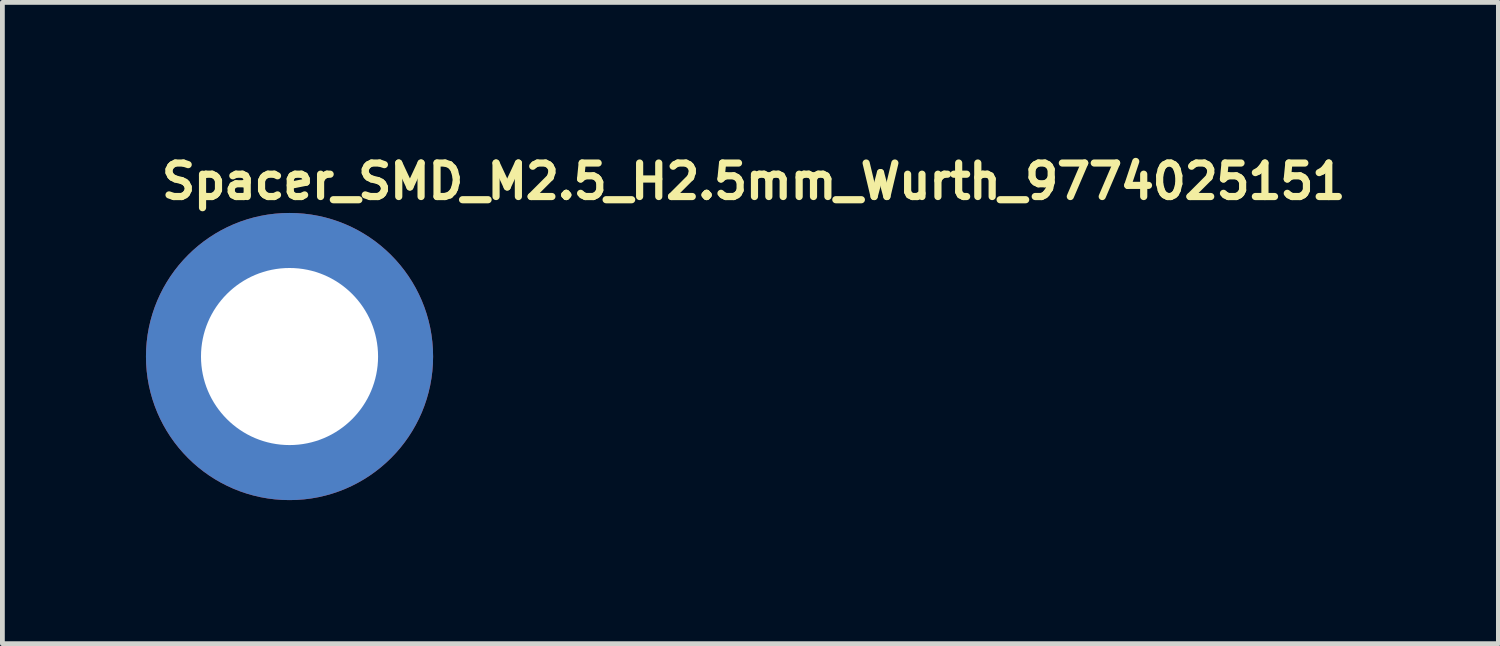
<source format=kicad_pcb>
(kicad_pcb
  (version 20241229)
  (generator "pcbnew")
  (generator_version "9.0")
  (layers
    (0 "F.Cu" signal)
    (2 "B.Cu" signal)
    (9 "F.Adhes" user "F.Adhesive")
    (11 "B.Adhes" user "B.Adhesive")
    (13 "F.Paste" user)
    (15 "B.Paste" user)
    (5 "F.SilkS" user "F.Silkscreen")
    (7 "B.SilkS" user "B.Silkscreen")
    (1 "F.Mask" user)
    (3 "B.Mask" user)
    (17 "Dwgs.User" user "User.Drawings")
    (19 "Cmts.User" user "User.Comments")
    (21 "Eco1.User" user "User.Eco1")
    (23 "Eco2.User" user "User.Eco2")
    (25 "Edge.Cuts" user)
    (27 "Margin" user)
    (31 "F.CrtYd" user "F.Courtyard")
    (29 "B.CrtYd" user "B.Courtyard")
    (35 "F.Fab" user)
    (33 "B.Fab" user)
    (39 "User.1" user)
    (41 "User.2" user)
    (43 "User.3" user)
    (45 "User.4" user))
  (footprint "Spacer_SMD_M2.5_H2.5mm_Wurth_9774025151"
    (layer "F.Cu")
    (at 3 4.4)
    (property "Reference" "Spacer_SMD_M2.5_H2.5mm_Wurth_9774025151" (at -2.75 -3.25 0) (layer "F.SilkS") (effects (font (size 0.7 0.7) (thickness 0.15)) (justify left bottom)))
    (attr smd)
    (fp_circle (center 0 0) (end 0.848 0) (stroke (width 2) (type solid)) (fill no) (layer "B.Mask"))
    (fp_circle (center 0.025 0) (end 2.489 0.051) (stroke (width 0.8) (type solid)) (fill no) (layer "F.Paste"))
    (fp_circle (center 0 0) (end 2.6 0) (stroke (width 0.12) (type solid)) (fill no) (layer "User.5"))
    (fp_line (start -2.551 0) (end -2.551 0) (stroke (width 0.02) (type solid)) (layer "User.9"))
    (fp_line (start -2.551 0) (end -2.548 0.131) (stroke (width 0.02) (type solid)) (layer "User.9"))
    (fp_line (start -2.548 -0.133) (end -2.551 0) (stroke (width 0.02) (type solid)) (layer "User.9"))
    (fp_line (start -2.548 0.131) (end -2.537 0.26) (stroke (width 0.02) (type solid)) (layer "User.9"))
    (fp_line (start -2.537 -0.262) (end -2.548 -0.133) (stroke (width 0.02) (type solid)) (layer "User.9"))
    (fp_line (start -2.537 0.26) (end -2.521 0.388) (stroke (width 0.02) (type solid)) (layer "User.9"))
    (fp_line (start -2.521 -0.39) (end -2.537 -0.262) (stroke (width 0.02) (type solid)) (layer "User.9"))
    (fp_line (start -2.521 0.388) (end -2.5 0.513) (stroke (width 0.02) (type solid)) (layer "User.9"))
    (fp_line (start -2.5 -0.515) (end -2.521 -0.39) (stroke (width 0.02) (type solid)) (layer "User.9"))
    (fp_line (start -2.5 0.513) (end -2.471 0.636) (stroke (width 0.02) (type solid)) (layer "User.9"))
    (fp_line (start -2.471 -0.638) (end -2.5 -0.515) (stroke (width 0.02) (type solid)) (layer "User.9"))
    (fp_line (start -2.471 0.636) (end -2.436 0.757) (stroke (width 0.02) (type solid)) (layer "User.9"))
    (fp_line (start -2.436 -0.759) (end -2.471 -0.638) (stroke (width 0.02) (type solid)) (layer "User.9"))
    (fp_line (start -2.436 0.757) (end -2.396 0.875) (stroke (width 0.02) (type solid)) (layer "User.9"))
    (fp_line (start -2.396 -0.877) (end -2.436 -0.759) (stroke (width 0.02) (type solid)) (layer "User.9"))
    (fp_line (start -2.396 0.875) (end -2.351 0.991) (stroke (width 0.02) (type solid)) (layer "User.9"))
    (fp_line (start -2.351 -0.993) (end -2.396 -0.877) (stroke (width 0.02) (type solid)) (layer "User.9"))
    (fp_line (start -2.351 0.991) (end -2.299 1.104) (stroke (width 0.02) (type solid)) (layer "User.9"))
    (fp_line (start -2.299 -1.107) (end -2.351 -0.993) (stroke (width 0.02) (type solid)) (layer "User.9"))
    (fp_line (start -2.299 1.104) (end -2.243 1.215) (stroke (width 0.02) (type solid)) (layer "User.9"))
    (fp_line (start -2.243 -1.216) (end -2.299 -1.107) (stroke (width 0.02) (type solid)) (layer "User.9"))
    (fp_line (start -2.243 1.215) (end -2.182 1.322) (stroke (width 0.02) (type solid)) (layer "User.9"))
    (fp_line (start -2.182 -1.323) (end -2.243 -1.216) (stroke (width 0.02) (type solid)) (layer "User.9"))
    (fp_line (start -2.182 1.322) (end -2.116 1.425) (stroke (width 0.02) (type solid)) (layer "User.9"))
    (fp_line (start -2.116 -1.426) (end -2.182 -1.323) (stroke (width 0.02) (type solid)) (layer "User.9"))
    (fp_line (start -2.116 1.425) (end -2.044 1.525) (stroke (width 0.02) (type solid)) (layer "User.9"))
    (fp_line (start -2.044 -1.526) (end -2.116 -1.426) (stroke (width 0.02) (type solid)) (layer "User.9"))
    (fp_line (start -2.044 1.525) (end -1.968 1.622) (stroke (width 0.02) (type solid)) (layer "User.9"))
    (fp_line (start -1.968 -1.623) (end -2.044 -1.526) (stroke (width 0.02) (type solid)) (layer "User.9"))
    (fp_line (start -1.968 1.622) (end -1.889 1.713) (stroke (width 0.02) (type solid)) (layer "User.9"))
    (fp_line (start -1.889 -1.716) (end -1.968 -1.623) (stroke (width 0.02) (type solid)) (layer "User.9"))
    (fp_line (start -1.889 1.713) (end -1.805 1.802) (stroke (width 0.02) (type solid)) (layer "User.9"))
    (fp_line (start -1.805 -1.805) (end -1.889 -1.716) (stroke (width 0.02) (type solid)) (layer "User.9"))
    (fp_line (start -1.805 1.802) (end -1.716 1.886) (stroke (width 0.02) (type solid)) (layer "User.9"))
    (fp_line (start -1.716 -1.889) (end -1.805 -1.805) (stroke (width 0.02) (type solid)) (layer "User.9"))
    (fp_line (start -1.716 1.886) (end -1.623 1.967) (stroke (width 0.02) (type solid)) (layer "User.9"))
    (fp_line (start -1.623 -1.968) (end -1.716 -1.889) (stroke (width 0.02) (type solid)) (layer "User.9"))
    (fp_line (start -1.623 1.967) (end -1.526 2.043) (stroke (width 0.02) (type solid)) (layer "User.9"))
    (fp_line (start -1.526 -2.044) (end -1.623 -1.968) (stroke (width 0.02) (type solid)) (layer "User.9"))
    (fp_line (start -1.526 2.043) (end -1.426 2.113) (stroke (width 0.02) (type solid)) (layer "User.9"))
    (fp_line (start -1.426 -2.116) (end -1.526 -2.044) (stroke (width 0.02) (type solid)) (layer "User.9"))
    (fp_line (start -1.426 2.113) (end -1.323 2.18) (stroke (width 0.02) (type solid)) (layer "User.9"))
    (fp_line (start -1.323 -2.182) (end -1.426 -2.116) (stroke (width 0.02) (type solid)) (layer "User.9"))
    (fp_line (start -1.323 2.18) (end -1.216 2.241) (stroke (width 0.02) (type solid)) (layer "User.9"))
    (fp_line (start -1.216 -2.243) (end -1.323 -2.182) (stroke (width 0.02) (type solid)) (layer "User.9"))
    (fp_line (start -1.216 2.241) (end -1.107 2.297) (stroke (width 0.02) (type solid)) (layer "User.9"))
    (fp_line (start -1.107 -2.299) (end -1.216 -2.243) (stroke (width 0.02) (type solid)) (layer "User.9"))
    (fp_line (start -1.107 2.297) (end -0.993 2.349) (stroke (width 0.02) (type solid)) (layer "User.9"))
    (fp_line (start -1.008 0) (end -1.008 0) (stroke (width 0.02) (type solid)) (layer "User.9"))
    (fp_line (start -1.008 0) (end -1.006 0.051) (stroke (width 0.02) (type solid)) (layer "User.9"))
    (fp_line (start -1.006 -0.053) (end -1.008 0) (stroke (width 0.02) (type solid)) (layer "User.9"))
    (fp_line (start -1.006 0.051) (end -1.002 0.102) (stroke (width 0.02) (type solid)) (layer "User.9"))
    (fp_line (start -1.002 -0.104) (end -1.006 -0.053) (stroke (width 0.02) (type solid)) (layer "User.9"))
    (fp_line (start -1.002 0.102) (end -0.995 0.152) (stroke (width 0.02) (type solid)) (layer "User.9"))
    (fp_line (start -0.995 -0.154) (end -1.002 -0.104) (stroke (width 0.02) (type solid)) (layer "User.9"))
    (fp_line (start -0.995 0.152) (end -0.987 0.202) (stroke (width 0.02) (type solid)) (layer "User.9"))
    (fp_line (start -0.993 -2.351) (end -1.107 -2.299) (stroke (width 0.02) (type solid)) (layer "User.9"))
    (fp_line (start -0.993 2.349) (end -0.877 2.394) (stroke (width 0.02) (type solid)) (layer "User.9"))
    (fp_line (start -0.987 -0.204) (end -0.995 -0.154) (stroke (width 0.02) (type solid)) (layer "User.9"))
    (fp_line (start -0.987 0.202) (end -0.975 0.25) (stroke (width 0.02) (type solid)) (layer "User.9"))
    (fp_line (start -0.975 -0.252) (end -0.987 -0.204) (stroke (width 0.02) (type solid)) (layer "User.9"))
    (fp_line (start -0.975 0.25) (end -0.962 0.298) (stroke (width 0.02) (type solid)) (layer "User.9"))
    (fp_line (start -0.962 -0.3) (end -0.975 -0.252) (stroke (width 0.02) (type solid)) (layer "User.9"))
    (fp_line (start -0.962 0.298) (end -0.947 0.346) (stroke (width 0.02) (type solid)) (layer "User.9"))
    (fp_line (start -0.947 -0.348) (end -0.962 -0.3) (stroke (width 0.02) (type solid)) (layer "User.9"))
    (fp_line (start -0.947 0.346) (end -0.929 0.391) (stroke (width 0.02) (type solid)) (layer "User.9"))
    (fp_line (start -0.929 -0.393) (end -0.947 -0.348) (stroke (width 0.02) (type solid)) (layer "User.9"))
    (fp_line (start -0.929 0.391) (end -0.909 0.435) (stroke (width 0.02) (type solid)) (layer "User.9"))
    (fp_line (start -0.909 -0.437) (end -0.929 -0.393) (stroke (width 0.02) (type solid)) (layer "User.9"))
    (fp_line (start -0.909 0.435) (end -0.886 0.479) (stroke (width 0.02) (type solid)) (layer "User.9"))
    (fp_line (start -0.886 -0.48) (end -0.909 -0.437) (stroke (width 0.02) (type solid)) (layer "User.9"))
    (fp_line (start -0.886 0.479) (end -0.861 0.521) (stroke (width 0.02) (type solid)) (layer "User.9"))
    (fp_line (start -0.877 -2.396) (end -0.993 -2.351) (stroke (width 0.02) (type solid)) (layer "User.9"))
    (fp_line (start -0.877 2.394) (end -0.759 2.435) (stroke (width 0.02) (type solid)) (layer "User.9"))
    (fp_line (start -0.861 -0.523) (end -0.886 -0.48) (stroke (width 0.02) (type solid)) (layer "User.9"))
    (fp_line (start -0.861 0.521) (end -0.835 0.562) (stroke (width 0.02) (type solid)) (layer "User.9"))
    (fp_line (start -0.835 -0.564) (end -0.861 -0.523) (stroke (width 0.02) (type solid)) (layer "User.9"))
    (fp_line (start -0.835 0.562) (end -0.808 0.601) (stroke (width 0.02) (type solid)) (layer "User.9"))
    (fp_line (start -0.808 -0.603) (end -0.835 -0.564) (stroke (width 0.02) (type solid)) (layer "User.9"))
    (fp_line (start -0.808 0.601) (end -0.778 0.64) (stroke (width 0.02) (type solid)) (layer "User.9"))
    (fp_line (start -0.778 -0.642) (end -0.808 -0.603) (stroke (width 0.02) (type solid)) (layer "User.9"))
    (fp_line (start -0.778 0.64) (end -0.746 0.676) (stroke (width 0.02) (type solid)) (layer "User.9"))
    (fp_line (start -0.759 -2.436) (end -0.877 -2.396) (stroke (width 0.02) (type solid)) (layer "User.9"))
    (fp_line (start -0.759 2.435) (end -0.638 2.468) (stroke (width 0.02) (type solid)) (layer "User.9"))
    (fp_line (start -0.746 -0.678) (end -0.778 -0.642) (stroke (width 0.02) (type solid)) (layer "User.9"))
    (fp_line (start -0.746 0.676) (end -0.712 0.71) (stroke (width 0.02) (type solid)) (layer "User.9"))
    (fp_line (start -0.712 -0.712) (end -0.746 -0.678) (stroke (width 0.02) (type solid)) (layer "User.9"))
    (fp_line (start -0.712 0.71) (end -0.678 0.744) (stroke (width 0.02) (type solid)) (layer "User.9"))
    (fp_line (start -0.678 -0.746) (end -0.712 -0.712) (stroke (width 0.02) (type solid)) (layer "User.9"))
    (fp_line (start -0.678 0.744) (end -0.642 0.776) (stroke (width 0.02) (type solid)) (layer "User.9"))
    (fp_line (start -0.642 -0.778) (end -0.678 -0.746) (stroke (width 0.02) (type solid)) (layer "User.9"))
    (fp_line (start -0.642 0.776) (end -0.603 0.806) (stroke (width 0.02) (type solid)) (layer "User.9"))
    (fp_line (start -0.638 -2.471) (end -0.759 -2.436) (stroke (width 0.02) (type solid)) (layer "User.9"))
    (fp_line (start -0.638 2.468) (end -0.515 2.498) (stroke (width 0.02) (type solid)) (layer "User.9"))
    (fp_line (start -0.603 -0.808) (end -0.642 -0.778) (stroke (width 0.02) (type solid)) (layer "User.9"))
    (fp_line (start -0.603 0.806) (end -0.564 0.833) (stroke (width 0.02) (type solid)) (layer "User.9"))
    (fp_line (start -0.564 -0.835) (end -0.603 -0.808) (stroke (width 0.02) (type solid)) (layer "User.9"))
    (fp_line (start -0.564 0.833) (end -0.523 0.859) (stroke (width 0.02) (type solid)) (layer "User.9"))
    (fp_line (start -0.523 -0.861) (end -0.564 -0.835) (stroke (width 0.02) (type solid)) (layer "User.9"))
    (fp_line (start -0.523 0.859) (end -0.48 0.884) (stroke (width 0.02) (type solid)) (layer "User.9"))
    (fp_line (start -0.515 -2.5) (end -0.638 -2.471) (stroke (width 0.02) (type solid)) (layer "User.9"))
    (fp_line (start -0.515 2.498) (end -0.39 2.519) (stroke (width 0.02) (type solid)) (layer "User.9"))
    (fp_line (start -0.48 -0.886) (end -0.523 -0.861) (stroke (width 0.02) (type solid)) (layer "User.9"))
    (fp_line (start -0.48 0.884) (end -0.437 0.907) (stroke (width 0.02) (type solid)) (layer "User.9"))
    (fp_line (start -0.437 -0.909) (end -0.48 -0.886) (stroke (width 0.02) (type solid)) (layer "User.9"))
    (fp_line (start -0.437 0.907) (end -0.393 0.927) (stroke (width 0.02) (type solid)) (layer "User.9"))
    (fp_line (start -0.393 -0.929) (end -0.437 -0.909) (stroke (width 0.02) (type solid)) (layer "User.9"))
    (fp_line (start -0.393 0.927) (end -0.348 0.945) (stroke (width 0.02) (type solid)) (layer "User.9"))
    (fp_line (start -0.39 -2.521) (end -0.515 -2.5) (stroke (width 0.02) (type solid)) (layer "User.9"))
    (fp_line (start -0.39 2.519) (end -0.262 2.535) (stroke (width 0.02) (type solid)) (layer "User.9"))
    (fp_line (start -0.348 -0.947) (end -0.393 -0.929) (stroke (width 0.02) (type solid)) (layer "User.9"))
    (fp_line (start -0.348 0.945) (end -0.3 0.96) (stroke (width 0.02) (type solid)) (layer "User.9"))
    (fp_line (start -0.3 -0.962) (end -0.348 -0.947) (stroke (width 0.02) (type solid)) (layer "User.9"))
    (fp_line (start -0.3 0.96) (end -0.252 0.973) (stroke (width 0.02) (type solid)) (layer "User.9"))
    (fp_line (start -0.262 -2.537) (end -0.39 -2.521) (stroke (width 0.02) (type solid)) (layer "User.9"))
    (fp_line (start -0.262 2.535) (end -0.133 2.546) (stroke (width 0.02) (type solid)) (layer "User.9"))
    (fp_line (start -0.252 -0.975) (end -0.3 -0.962) (stroke (width 0.02) (type solid)) (layer "User.9"))
    (fp_line (start -0.252 0.973) (end -0.204 0.985) (stroke (width 0.02) (type solid)) (layer "User.9"))
    (fp_line (start -0.204 -0.987) (end -0.252 -0.975) (stroke (width 0.02) (type solid)) (layer "User.9"))
    (fp_line (start -0.204 0.985) (end -0.154 0.993) (stroke (width 0.02) (type solid)) (layer "User.9"))
    (fp_line (start -0.154 -0.995) (end -0.204 -0.987) (stroke (width 0.02) (type solid)) (layer "User.9"))
    (fp_line (start -0.154 0.993) (end -0.104 1.001) (stroke (width 0.02) (type solid)) (layer "User.9"))
    (fp_line (start -0.133 -2.548) (end -0.262 -2.537) (stroke (width 0.02) (type solid)) (layer "User.9"))
    (fp_line (start -0.133 2.546) (end 0 2.548) (stroke (width 0.02) (type solid)) (layer "User.9"))
    (fp_line (start -0.104 -1.002) (end -0.154 -0.995) (stroke (width 0.02) (type solid)) (layer "User.9"))
    (fp_line (start -0.104 1.001) (end -0.053 1.005) (stroke (width 0.02) (type solid)) (layer "User.9"))
    (fp_line (start -0.053 -1.006) (end -0.104 -1.002) (stroke (width 0.02) (type solid)) (layer "User.9"))
    (fp_line (start -0.053 1.005) (end 0 1.005) (stroke (width 0.02) (type solid)) (layer "User.9"))
    (fp_line (start 0 -2.551) (end -0.133 -2.548) (stroke (width 0.02) (type solid)) (layer "User.9"))
    (fp_line (start 0 -2.551) (end 0 -2.551) (stroke (width 0.02) (type solid)) (layer "User.9"))
    (fp_line (start 0 -1.008) (end -0.053 -1.006) (stroke (width 0.02) (type solid)) (layer "User.9"))
    (fp_line (start 0 -1.008) (end 0 -1.008) (stroke (width 0.02) (type solid)) (layer "User.9"))
    (fp_line (start 0 1.005) (end 0 1.005) (stroke (width 0.02) (type solid)) (layer "User.9"))
    (fp_line (start 0 1.005) (end 0.051 1.005) (stroke (width 0.02) (type solid)) (layer "User.9"))
    (fp_line (start 0 2.548) (end 0 2.548) (stroke (width 0.02) (type solid)) (layer "User.9"))
    (fp_line (start 0 2.548) (end 0.131 2.546) (stroke (width 0.02) (type solid)) (layer "User.9"))
    (fp_line (start 0.051 -1.006) (end 0 -1.008) (stroke (width 0.02) (type solid)) (layer "User.9"))
    (fp_line (start 0.051 1.005) (end 0.102 1.001) (stroke (width 0.02) (type solid)) (layer "User.9"))
    (fp_line (start 0.102 -1.002) (end 0.051 -1.006) (stroke (width 0.02) (type solid)) (layer "User.9"))
    (fp_line (start 0.102 1.001) (end 0.152 0.993) (stroke (width 0.02) (type solid)) (layer "User.9"))
    (fp_line (start 0.131 -2.548) (end 0 -2.551) (stroke (width 0.02) (type solid)) (layer "User.9"))
    (fp_line (start 0.131 2.546) (end 0.26 2.535) (stroke (width 0.02) (type solid)) (layer "User.9"))
    (fp_line (start 0.152 -0.995) (end 0.102 -1.002) (stroke (width 0.02) (type solid)) (layer "User.9"))
    (fp_line (start 0.152 0.993) (end 0.202 0.985) (stroke (width 0.02) (type solid)) (layer "User.9"))
    (fp_line (start 0.202 -0.987) (end 0.152 -0.995) (stroke (width 0.02) (type solid)) (layer "User.9"))
    (fp_line (start 0.202 0.985) (end 0.25 0.973) (stroke (width 0.02) (type solid)) (layer "User.9"))
    (fp_line (start 0.25 -0.975) (end 0.202 -0.987) (stroke (width 0.02) (type solid)) (layer "User.9"))
    (fp_line (start 0.25 0.973) (end 0.298 0.96) (stroke (width 0.02) (type solid)) (layer "User.9"))
    (fp_line (start 0.26 -2.537) (end 0.131 -2.548) (stroke (width 0.02) (type solid)) (layer "User.9"))
    (fp_line (start 0.26 2.535) (end 0.388 2.519) (stroke (width 0.02) (type solid)) (layer "User.9"))
    (fp_line (start 0.298 -0.962) (end 0.25 -0.975) (stroke (width 0.02) (type solid)) (layer "User.9"))
    (fp_line (start 0.298 0.96) (end 0.346 0.945) (stroke (width 0.02) (type solid)) (layer "User.9"))
    (fp_line (start 0.346 -0.947) (end 0.298 -0.962) (stroke (width 0.02) (type solid)) (layer "User.9"))
    (fp_line (start 0.346 0.945) (end 0.391 0.927) (stroke (width 0.02) (type solid)) (layer "User.9"))
    (fp_line (start 0.388 -2.521) (end 0.26 -2.537) (stroke (width 0.02) (type solid)) (layer "User.9"))
    (fp_line (start 0.388 2.519) (end 0.513 2.498) (stroke (width 0.02) (type solid)) (layer "User.9"))
    (fp_line (start 0.391 -0.929) (end 0.346 -0.947) (stroke (width 0.02) (type solid)) (layer "User.9"))
    (fp_line (start 0.391 0.927) (end 0.435 0.907) (stroke (width 0.02) (type solid)) (layer "User.9"))
    (fp_line (start 0.435 -0.909) (end 0.391 -0.929) (stroke (width 0.02) (type solid)) (layer "User.9"))
    (fp_line (start 0.435 0.907) (end 0.479 0.884) (stroke (width 0.02) (type solid)) (layer "User.9"))
    (fp_line (start 0.479 -0.886) (end 0.435 -0.909) (stroke (width 0.02) (type solid)) (layer "User.9"))
    (fp_line (start 0.479 0.884) (end 0.521 0.859) (stroke (width 0.02) (type solid)) (layer "User.9"))
    (fp_line (start 0.513 -2.5) (end 0.388 -2.521) (stroke (width 0.02) (type solid)) (layer "User.9"))
    (fp_line (start 0.513 2.498) (end 0.636 2.468) (stroke (width 0.02) (type solid)) (layer "User.9"))
    (fp_line (start 0.521 -0.861) (end 0.479 -0.886) (stroke (width 0.02) (type solid)) (layer "User.9"))
    (fp_line (start 0.521 0.859) (end 0.562 0.833) (stroke (width 0.02) (type solid)) (layer "User.9"))
    (fp_line (start 0.562 -0.835) (end 0.521 -0.861) (stroke (width 0.02) (type solid)) (layer "User.9"))
    (fp_line (start 0.562 0.833) (end 0.601 0.806) (stroke (width 0.02) (type solid)) (layer "User.9"))
    (fp_line (start 0.601 -0.808) (end 0.562 -0.835) (stroke (width 0.02) (type solid)) (layer "User.9"))
    (fp_line (start 0.601 0.806) (end 0.64 0.776) (stroke (width 0.02) (type solid)) (layer "User.9"))
    (fp_line (start 0.636 -2.471) (end 0.513 -2.5) (stroke (width 0.02) (type solid)) (layer "User.9"))
    (fp_line (start 0.636 2.468) (end 0.757 2.435) (stroke (width 0.02) (type solid)) (layer "User.9"))
    (fp_line (start 0.64 -0.778) (end 0.601 -0.808) (stroke (width 0.02) (type solid)) (layer "User.9"))
    (fp_line (start 0.64 0.776) (end 0.676 0.744) (stroke (width 0.02) (type solid)) (layer "User.9"))
    (fp_line (start 0.676 -0.746) (end 0.64 -0.778) (stroke (width 0.02) (type solid)) (layer "User.9"))
    (fp_line (start 0.676 0.744) (end 0.71 0.71) (stroke (width 0.02) (type solid)) (layer "User.9"))
    (fp_line (start 0.71 -0.712) (end 0.676 -0.746) (stroke (width 0.02) (type solid)) (layer "User.9"))
    (fp_line (start 0.71 0.71) (end 0.744 0.676) (stroke (width 0.02) (type solid)) (layer "User.9"))
    (fp_line (start 0.744 -0.678) (end 0.71 -0.712) (stroke (width 0.02) (type solid)) (layer "User.9"))
    (fp_line (start 0.744 0.676) (end 0.776 0.64) (stroke (width 0.02) (type solid)) (layer "User.9"))
    (fp_line (start 0.757 -2.436) (end 0.636 -2.471) (stroke (width 0.02) (type solid)) (layer "User.9"))
    (fp_line (start 0.757 2.435) (end 0.875 2.394) (stroke (width 0.02) (type solid)) (layer "User.9"))
    (fp_line (start 0.776 -0.642) (end 0.744 -0.678) (stroke (width 0.02) (type solid)) (layer "User.9"))
    (fp_line (start 0.776 0.64) (end 0.806 0.601) (stroke (width 0.02) (type solid)) (layer "User.9"))
    (fp_line (start 0.806 -0.603) (end 0.776 -0.642) (stroke (width 0.02) (type solid)) (layer "User.9"))
    (fp_line (start 0.806 0.601) (end 0.833 0.562) (stroke (width 0.02) (type solid)) (layer "User.9"))
    (fp_line (start 0.833 -0.564) (end 0.806 -0.603) (stroke (width 0.02) (type solid)) (layer "User.9"))
    (fp_line (start 0.833 0.562) (end 0.859 0.521) (stroke (width 0.02) (type solid)) (layer "User.9"))
    (fp_line (start 0.859 -0.523) (end 0.833 -0.564) (stroke (width 0.02) (type solid)) (layer "User.9"))
    (fp_line (start 0.859 0.521) (end 0.884 0.479) (stroke (width 0.02) (type solid)) (layer "User.9"))
    (fp_line (start 0.875 -2.396) (end 0.757 -2.436) (stroke (width 0.02) (type solid)) (layer "User.9"))
    (fp_line (start 0.875 2.394) (end 0.991 2.349) (stroke (width 0.02) (type solid)) (layer "User.9"))
    (fp_line (start 0.884 -0.48) (end 0.859 -0.523) (stroke (width 0.02) (type solid)) (layer "User.9"))
    (fp_line (start 0.884 0.479) (end 0.907 0.435) (stroke (width 0.02) (type solid)) (layer "User.9"))
    (fp_line (start 0.907 -0.437) (end 0.884 -0.48) (stroke (width 0.02) (type solid)) (layer "User.9"))
    (fp_line (start 0.907 0.435) (end 0.927 0.391) (stroke (width 0.02) (type solid)) (layer "User.9"))
    (fp_line (start 0.927 -0.393) (end 0.907 -0.437) (stroke (width 0.02) (type solid)) (layer "User.9"))
    (fp_line (start 0.927 0.391) (end 0.945 0.346) (stroke (width 0.02) (type solid)) (layer "User.9"))
    (fp_line (start 0.945 -0.348) (end 0.927 -0.393) (stroke (width 0.02) (type solid)) (layer "User.9"))
    (fp_line (start 0.945 0.346) (end 0.96 0.298) (stroke (width 0.02) (type solid)) (layer "User.9"))
    (fp_line (start 0.96 -0.3) (end 0.945 -0.348) (stroke (width 0.02) (type solid)) (layer "User.9"))
    (fp_line (start 0.96 0.298) (end 0.973 0.25) (stroke (width 0.02) (type solid)) (layer "User.9"))
    (fp_line (start 0.973 -0.252) (end 0.96 -0.3) (stroke (width 0.02) (type solid)) (layer "User.9"))
    (fp_line (start 0.973 0.25) (end 0.985 0.202) (stroke (width 0.02) (type solid)) (layer "User.9"))
    (fp_line (start 0.985 -0.204) (end 0.973 -0.252) (stroke (width 0.02) (type solid)) (layer "User.9"))
    (fp_line (start 0.985 0.202) (end 0.993 0.152) (stroke (width 0.02) (type solid)) (layer "User.9"))
    (fp_line (start 0.991 -2.351) (end 0.875 -2.396) (stroke (width 0.02) (type solid)) (layer "User.9"))
    (fp_line (start 0.991 2.349) (end 1.104 2.297) (stroke (width 0.02) (type solid)) (layer "User.9"))
    (fp_line (start 0.993 -0.154) (end 0.985 -0.204) (stroke (width 0.02) (type solid)) (layer "User.9"))
    (fp_line (start 0.993 0.152) (end 1.001 0.102) (stroke (width 0.02) (type solid)) (layer "User.9"))
    (fp_line (start 1.001 -0.104) (end 0.993 -0.154) (stroke (width 0.02) (type solid)) (layer "User.9"))
    (fp_line (start 1.001 0.102) (end 1.005 0.051) (stroke (width 0.02) (type solid)) (layer "User.9"))
    (fp_line (start 1.005 -0.053) (end 1.001 -0.104) (stroke (width 0.02) (type solid)) (layer "User.9"))
    (fp_line (start 1.005 0) (end 1.005 -0.053) (stroke (width 0.02) (type solid)) (layer "User.9"))
    (fp_line (start 1.005 0) (end 1.005 0) (stroke (width 0.02) (type solid)) (layer "User.9"))
    (fp_line (start 1.005 0) (end 1.005 0) (stroke (width 0.02) (type solid)) (layer "User.9"))
    (fp_line (start 1.005 0.051) (end 1.005 0) (stroke (width 0.02) (type solid)) (layer "User.9"))
    (fp_line (start 1.104 -2.299) (end 0.991 -2.351) (stroke (width 0.02) (type solid)) (layer "User.9"))
    (fp_line (start 1.104 2.297) (end 1.215 2.241) (stroke (width 0.02) (type solid)) (layer "User.9"))
    (fp_line (start 1.215 -2.243) (end 1.104 -2.299) (stroke (width 0.02) (type solid)) (layer "User.9"))
    (fp_line (start 1.215 2.241) (end 1.322 2.18) (stroke (width 0.02) (type solid)) (layer "User.9"))
    (fp_line (start 1.322 -2.182) (end 1.215 -2.243) (stroke (width 0.02) (type solid)) (layer "User.9"))
    (fp_line (start 1.322 2.18) (end 1.425 2.113) (stroke (width 0.02) (type solid)) (layer "User.9"))
    (fp_line (start 1.425 -2.116) (end 1.322 -2.182) (stroke (width 0.02) (type solid)) (layer "User.9"))
    (fp_line (start 1.425 2.113) (end 1.525 2.043) (stroke (width 0.02) (type solid)) (layer "User.9"))
    (fp_line (start 1.525 -2.044) (end 1.425 -2.116) (stroke (width 0.02) (type solid)) (layer "User.9"))
    (fp_line (start 1.525 2.043) (end 1.622 1.967) (stroke (width 0.02) (type solid)) (layer "User.9"))
    (fp_line (start 1.622 -1.968) (end 1.525 -2.044) (stroke (width 0.02) (type solid)) (layer "User.9"))
    (fp_line (start 1.622 1.967) (end 1.713 1.886) (stroke (width 0.02) (type solid)) (layer "User.9"))
    (fp_line (start 1.713 -1.889) (end 1.622 -1.968) (stroke (width 0.02) (type solid)) (layer "User.9"))
    (fp_line (start 1.713 1.886) (end 1.802 1.802) (stroke (width 0.02) (type solid)) (layer "User.9"))
    (fp_line (start 1.802 -1.805) (end 1.713 -1.889) (stroke (width 0.02) (type solid)) (layer "User.9"))
    (fp_line (start 1.802 1.802) (end 1.886 1.713) (stroke (width 0.02) (type solid)) (layer "User.9"))
    (fp_line (start 1.886 -1.716) (end 1.802 -1.805) (stroke (width 0.02) (type solid)) (layer "User.9"))
    (fp_line (start 1.886 1.713) (end 1.967 1.622) (stroke (width 0.02) (type solid)) (layer "User.9"))
    (fp_line (start 1.967 -1.623) (end 1.886 -1.716) (stroke (width 0.02) (type solid)) (layer "User.9"))
    (fp_line (start 1.967 1.622) (end 2.043 1.525) (stroke (width 0.02) (type solid)) (layer "User.9"))
    (fp_line (start 2.043 -1.526) (end 1.967 -1.623) (stroke (width 0.02) (type solid)) (layer "User.9"))
    (fp_line (start 2.043 1.525) (end 2.113 1.425) (stroke (width 0.02) (type solid)) (layer "User.9"))
    (fp_line (start 2.113 -1.426) (end 2.043 -1.526) (stroke (width 0.02) (type solid)) (layer "User.9"))
    (fp_line (start 2.113 1.425) (end 2.18 1.322) (stroke (width 0.02) (type solid)) (layer "User.9"))
    (fp_line (start 2.18 -1.323) (end 2.113 -1.426) (stroke (width 0.02) (type solid)) (layer "User.9"))
    (fp_line (start 2.18 1.322) (end 2.241 1.215) (stroke (width 0.02) (type solid)) (layer "User.9"))
    (fp_line (start 2.241 -1.216) (end 2.18 -1.323) (stroke (width 0.02) (type solid)) (layer "User.9"))
    (fp_line (start 2.241 1.215) (end 2.297 1.104) (stroke (width 0.02) (type solid)) (layer "User.9"))
    (fp_line (start 2.297 -1.107) (end 2.241 -1.216) (stroke (width 0.02) (type solid)) (layer "User.9"))
    (fp_line (start 2.297 1.104) (end 2.349 0.991) (stroke (width 0.02) (type solid)) (layer "User.9"))
    (fp_line (start 2.349 -0.993) (end 2.297 -1.107) (stroke (width 0.02) (type solid)) (layer "User.9"))
    (fp_line (start 2.349 0.991) (end 2.394 0.875) (stroke (width 0.02) (type solid)) (layer "User.9"))
    (fp_line (start 2.394 -0.877) (end 2.349 -0.993) (stroke (width 0.02) (type solid)) (layer "User.9"))
    (fp_line (start 2.394 0.875) (end 2.435 0.757) (stroke (width 0.02) (type solid)) (layer "User.9"))
    (fp_line (start 2.435 -0.759) (end 2.394 -0.877) (stroke (width 0.02) (type solid)) (layer "User.9"))
    (fp_line (start 2.435 0.757) (end 2.468 0.636) (stroke (width 0.02) (type solid)) (layer "User.9"))
    (fp_line (start 2.468 -0.638) (end 2.435 -0.759) (stroke (width 0.02) (type solid)) (layer "User.9"))
    (fp_line (start 2.468 0.636) (end 2.498 0.513) (stroke (width 0.02) (type solid)) (layer "User.9"))
    (fp_line (start 2.498 -0.515) (end 2.468 -0.638) (stroke (width 0.02) (type solid)) (layer "User.9"))
    (fp_line (start 2.498 0.513) (end 2.519 0.388) (stroke (width 0.02) (type solid)) (layer "User.9"))
    (fp_line (start 2.519 -0.39) (end 2.498 -0.515) (stroke (width 0.02) (type solid)) (layer "User.9"))
    (fp_line (start 2.519 0.388) (end 2.535 0.26) (stroke (width 0.02) (type solid)) (layer "User.9"))
    (fp_line (start 2.535 -0.262) (end 2.519 -0.39) (stroke (width 0.02) (type solid)) (layer "User.9"))
    (fp_line (start 2.535 0.26) (end 2.546 0.131) (stroke (width 0.02) (type solid)) (layer "User.9"))
    (fp_line (start 2.546 -0.133) (end 2.535 -0.262) (stroke (width 0.02) (type solid)) (layer "User.9"))
    (fp_line (start 2.546 0.131) (end 2.548 0) (stroke (width 0.02) (type solid)) (layer "User.9"))
    (fp_line (start 2.548 0) (end 2.546 -0.133) (stroke (width 0.02) (type solid)) (layer "User.9"))
    (fp_line (start 2.548 0) (end 2.548 0) (stroke (width 0.02) (type solid)) (layer "User.9"))
    (fp_line (start 2.548 0) (end 2.548 0) (stroke (width 0.02) (type solid)) (layer "User.9"))
    (pad "1" thru_hole circle (at 0 0) (size 6 6) (drill 3.7) (layers "F.Cu" "F.Mask")))
  (gr_rect
    (start -3 -3)
    (end 28.26 10.4)
    (stroke (width 0.1) (type default))
    (fill no)
    (layer "Edge.Cuts")))
</source>
